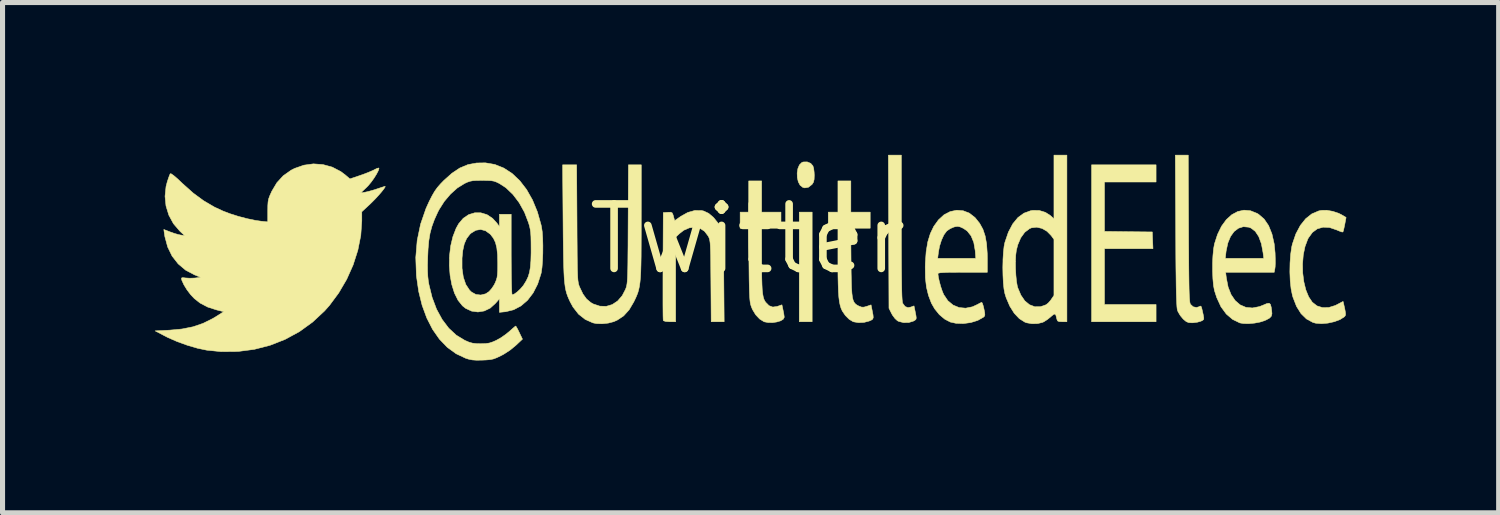
<source format=kicad_pcb>
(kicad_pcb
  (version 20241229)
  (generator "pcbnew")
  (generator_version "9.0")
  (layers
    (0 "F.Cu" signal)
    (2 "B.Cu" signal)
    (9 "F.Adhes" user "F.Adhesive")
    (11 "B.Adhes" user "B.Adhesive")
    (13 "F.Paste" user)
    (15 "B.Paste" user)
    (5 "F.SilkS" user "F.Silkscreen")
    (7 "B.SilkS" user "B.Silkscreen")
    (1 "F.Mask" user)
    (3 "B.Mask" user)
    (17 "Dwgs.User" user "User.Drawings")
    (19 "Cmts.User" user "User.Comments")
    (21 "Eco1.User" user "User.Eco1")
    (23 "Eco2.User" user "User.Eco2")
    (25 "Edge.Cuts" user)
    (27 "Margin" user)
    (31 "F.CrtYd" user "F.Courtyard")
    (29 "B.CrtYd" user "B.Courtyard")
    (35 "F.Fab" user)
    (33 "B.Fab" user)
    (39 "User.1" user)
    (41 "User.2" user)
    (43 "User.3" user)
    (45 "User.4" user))
  (footprint "Twitter"
    (layer "F.Cu")
    (at 11.674 1.656)
    (property "Reference" "Twitter" (at 0 0 0) (layer "F.SilkS") (effects (font (size 1.27 1.27) (thickness 0.15))))
    (attr through_hole)
    (fp_poly (pts (xy 1.27 1.63) (xy 1.016 1.63) (xy 1.016 -0.529) (xy 1.27 -0.529) (xy 1.27 1.63)) (stroke (width 0.01) (type solid)) (fill yes) (layer "F.SilkS"))
    (fp_poly (pts (xy 8.043 -1.122) (xy 7.027 -1.122) (xy 7.027 -0.149) (xy 7.498 -0.143) (xy 7.969 -0.138) (xy 7.975 0.026) (xy 7.982 0.191) (xy 7.027 0.191) (xy 7.027 1.291) (xy 8.043 1.291) (xy 8.043 1.63) (xy 6.773 1.63) (xy 6.773 -1.46) (xy 8.043 -1.46) (xy 8.043 -1.122)) (stroke (width 0.01) (type solid)) (fill yes) (layer "F.SilkS"))
    (fp_poly (pts (xy 1.242 -1.489) (xy 1.285 -1.439) (xy 1.3 -1.389) (xy 1.309 -1.316) (xy 1.312 -1.255) (xy 1.309 -1.174) (xy 1.297 -1.121) (xy 1.272 -1.08) (xy 1.265 -1.072) (xy 1.196 -1.018) (xy 1.124 -1.006) (xy 1.086 -1.016) (xy 1.033 -1.058) (xy 0.997 -1.125) (xy 0.978 -1.209) (xy 0.975 -1.299) (xy 0.989 -1.386) (xy 1.019 -1.458) (xy 1.066 -1.505) (xy 1.092 -1.516) (xy 1.172 -1.518) (xy 1.242 -1.489)) (stroke (width 0.01) (type solid)) (fill yes) (layer "F.SilkS"))
    (fp_poly (pts (xy 3.027 -0.217) (xy 3.027 0.082) (xy 3.028 0.341) (xy 3.029 0.563) (xy 3.031 0.749) (xy 3.033 0.903) (xy 3.035 1.026) (xy 3.038 1.121) (xy 3.042 1.191) (xy 3.047 1.238) (xy 3.052 1.264) (xy 3.054 1.268) (xy 3.1 1.33) (xy 3.156 1.352) (xy 3.214 1.341) (xy 3.276 1.318) (xy 3.3 1.435) (xy 3.315 1.512) (xy 3.32 1.558) (xy 3.313 1.585) (xy 3.291 1.603) (xy 3.261 1.619) (xy 3.171 1.646) (xy 3.07 1.647) (xy 2.977 1.624) (xy 2.95 1.611) (xy 2.901 1.566) (xy 2.852 1.5) (xy 2.834 1.468) (xy 2.783 1.365) (xy 2.777 -0.143) (xy 2.771 -1.651) (xy 3.027 -1.651) (xy 3.027 -0.217)) (stroke (width 0.01) (type solid)) (fill yes) (layer "F.SilkS"))
    (fp_poly (pts (xy 2.032 -0.529) (xy 2.413 -0.529) (xy 2.413 -0.212) (xy 2.03 -0.212) (xy 2.036 0.46) (xy 2.038 0.665) (xy 2.042 0.831) (xy 2.046 0.964) (xy 2.053 1.068) (xy 2.063 1.147) (xy 2.077 1.205) (xy 2.096 1.247) (xy 2.121 1.278) (xy 2.151 1.301) (xy 2.189 1.321) (xy 2.191 1.322) (xy 2.244 1.342) (xy 2.291 1.342) (xy 2.346 1.327) (xy 2.43 1.298) (xy 2.453 1.414) (xy 2.469 1.497) (xy 2.473 1.548) (xy 2.462 1.579) (xy 2.433 1.599) (xy 2.391 1.617) (xy 2.291 1.643) (xy 2.183 1.648) (xy 2.088 1.632) (xy 2.074 1.627) (xy 1.998 1.581) (xy 1.924 1.507) (xy 1.865 1.421) (xy 1.863 1.417) (xy 1.84 1.367) (xy 1.822 1.308) (xy 1.807 1.237) (xy 1.796 1.149) (xy 1.788 1.04) (xy 1.783 0.903) (xy 1.779 0.736) (xy 1.778 0.533) (xy 1.778 0.441) (xy 1.778 -0.212) (xy 1.587 -0.212) (xy 1.587 -0.529) (xy 1.778 -0.529) (xy 1.778 -1.143) (xy 2.032 -1.143) (xy 2.032 -0.529)) (stroke (width 0.01) (type solid)) (fill yes) (layer "F.SilkS"))
    (fp_poly (pts (xy 0.275 -0.529) (xy 0.656 -0.529) (xy 0.656 -0.212) (xy 0.275 -0.212) (xy 0.276 0.407) (xy 0.276 0.608) (xy 0.278 0.771) (xy 0.282 0.901) (xy 0.287 1.003) (xy 0.296 1.082) (xy 0.307 1.142) (xy 0.321 1.188) (xy 0.34 1.225) (xy 0.355 1.247) (xy 0.421 1.314) (xy 0.495 1.341) (xy 0.582 1.329) (xy 0.59 1.326) (xy 0.675 1.297) (xy 0.697 1.401) (xy 0.711 1.47) (xy 0.719 1.526) (xy 0.72 1.544) (xy 0.7 1.581) (xy 0.649 1.612) (xy 0.576 1.634) (xy 0.492 1.647) (xy 0.406 1.646) (xy 0.329 1.632) (xy 0.318 1.627) (xy 0.236 1.576) (xy 0.158 1.493) (xy 0.096 1.391) (xy 0.081 1.356) (xy 0.068 1.322) (xy 0.058 1.288) (xy 0.05 1.248) (xy 0.044 1.197) (xy 0.039 1.131) (xy 0.035 1.045) (xy 0.032 0.934) (xy 0.029 0.792) (xy 0.027 0.616) (xy 0.026 0.513) (xy 0.017 -0.212) (xy -0.148 -0.212) (xy -0.148 -0.529) (xy 0.021 -0.529) (xy 0.021 -1.143) (xy 0.275 -1.143) (xy 0.275 -0.529)) (stroke (width 0.01) (type solid)) (fill yes) (layer "F.SilkS"))
    (fp_poly (pts (xy 8.683 -0.206) (xy 8.684 0.081) (xy 8.686 0.329) (xy 8.687 0.54) (xy 8.689 0.718) (xy 8.691 0.866) (xy 8.693 0.985) (xy 8.696 1.08) (xy 8.7 1.153) (xy 8.704 1.207) (xy 8.708 1.245) (xy 8.714 1.271) (xy 8.72 1.286) (xy 8.721 1.287) (xy 8.774 1.336) (xy 8.839 1.349) (xy 8.888 1.335) (xy 8.909 1.324) (xy 8.923 1.322) (xy 8.935 1.338) (xy 8.946 1.378) (xy 8.962 1.448) (xy 8.973 1.499) (xy 8.983 1.557) (xy 8.978 1.588) (xy 8.951 1.608) (xy 8.921 1.621) (xy 8.853 1.64) (xy 8.773 1.65) (xy 8.751 1.651) (xy 8.686 1.647) (xy 8.638 1.628) (xy 8.588 1.587) (xy 8.572 1.571) (xy 8.519 1.507) (xy 8.477 1.436) (xy 8.465 1.407) (xy 8.459 1.381) (xy 8.454 1.336) (xy 8.45 1.272) (xy 8.446 1.184) (xy 8.442 1.071) (xy 8.439 0.93) (xy 8.437 0.758) (xy 8.434 0.554) (xy 8.432 0.313) (xy 8.431 0.035) (xy 8.43 -0.164) (xy 8.422 -1.651) (xy 8.677 -1.651) (xy 8.683 -0.206)) (stroke (width 0.01) (type solid)) (fill yes) (layer "F.SilkS"))
    (fp_poly (pts (xy -0.909 -0.56) (xy -0.868 -0.551) (xy -0.769 -0.505) (xy -0.674 -0.425) (xy -0.591 -0.322) (xy -0.528 -0.203) (xy -0.527 -0.201) (xy -0.514 -0.169) (xy -0.504 -0.137) (xy -0.496 -0.103) (xy -0.489 -0.061) (xy -0.484 -0.007) (xy -0.48 0.063) (xy -0.477 0.154) (xy -0.475 0.271) (xy -0.473 0.417) (xy -0.471 0.597) (xy -0.47 0.778) (xy -0.463 1.63) (xy -0.718 1.63) (xy -0.724 0.831) (xy -0.726 0.626) (xy -0.727 0.459) (xy -0.729 0.325) (xy -0.732 0.22) (xy -0.735 0.14) (xy -0.739 0.08) (xy -0.745 0.036) (xy -0.752 0.003) (xy -0.761 -0.024) (xy -0.773 -0.048) (xy -0.779 -0.059) (xy -0.849 -0.151) (xy -0.938 -0.209) (xy -1.04 -0.232) (xy -1.149 -0.219) (xy -1.258 -0.172) (xy -1.349 -0.101) (xy -1.418 -0.034) (xy -1.418 1.63) (xy -1.535 1.63) (xy -1.613 1.625) (xy -1.656 1.611) (xy -1.662 1.603) (xy -1.664 1.578) (xy -1.666 1.514) (xy -1.667 1.416) (xy -1.668 1.288) (xy -1.668 1.134) (xy -1.668 0.959) (xy -1.668 0.767) (xy -1.667 0.561) (xy -1.667 0.529) (xy -1.662 -0.519) (xy -1.573 -0.525) (xy -1.516 -0.527) (xy -1.487 -0.514) (xy -1.47 -0.477) (xy -1.461 -0.446) (xy -1.438 -0.36) (xy -1.317 -0.445) (xy -1.179 -0.522) (xy -1.041 -0.561) (xy -0.909 -0.56)) (stroke (width 0.01) (type solid)) (fill yes) (layer "F.SilkS"))
    (fp_poly (pts (xy 11.523 -0.544) (xy 11.64 -0.505) (xy 11.697 -0.476) (xy 11.785 -0.424) (xy 11.759 -0.286) (xy 11.744 -0.214) (xy 11.731 -0.16) (xy 11.722 -0.137) (xy 11.699 -0.139) (xy 11.649 -0.157) (xy 11.597 -0.179) (xy 11.459 -0.226) (xy 11.332 -0.232) (xy 11.219 -0.2) (xy 11.122 -0.129) (xy 11.043 -0.02) (xy 11.03 0.005) (xy 10.976 0.15) (xy 10.942 0.314) (xy 10.928 0.49) (xy 10.931 0.669) (xy 10.953 0.842) (xy 10.992 1.002) (xy 11.048 1.139) (xy 11.119 1.245) (xy 11.12 1.246) (xy 11.212 1.318) (xy 11.321 1.352) (xy 11.443 1.35) (xy 11.572 1.31) (xy 11.608 1.292) (xy 11.726 1.23) (xy 11.737 1.276) (xy 11.759 1.375) (xy 11.771 1.441) (xy 11.775 1.483) (xy 11.77 1.508) (xy 11.757 1.526) (xy 11.75 1.533) (xy 11.666 1.587) (xy 11.554 1.629) (xy 11.428 1.657) (xy 11.301 1.668) (xy 11.187 1.659) (xy 11.132 1.644) (xy 11.005 1.575) (xy 10.898 1.47) (xy 10.809 1.328) (xy 10.739 1.148) (xy 10.728 1.111) (xy 10.702 0.983) (xy 10.685 0.826) (xy 10.678 0.652) (xy 10.681 0.475) (xy 10.693 0.306) (xy 10.714 0.159) (xy 10.728 0.099) (xy 10.796 -0.1) (xy 10.884 -0.266) (xy 10.989 -0.398) (xy 11.11 -0.494) (xy 11.246 -0.552) (xy 11.299 -0.563) (xy 11.404 -0.565) (xy 11.523 -0.544)) (stroke (width 0.01) (type solid)) (fill yes) (layer "F.SilkS"))
    (fp_poly (pts (xy 6.287 1.63) (xy 6.193 1.63) (xy 6.134 1.627) (xy 6.104 1.614) (xy 6.09 1.582) (xy 6.085 1.561) (xy 6.07 1.502) (xy 6.052 1.478) (xy 6.022 1.488) (xy 5.972 1.529) (xy 5.965 1.536) (xy 5.901 1.587) (xy 5.836 1.629) (xy 5.809 1.642) (xy 5.712 1.666) (xy 5.6 1.669) (xy 5.495 1.651) (xy 5.461 1.639) (xy 5.35 1.569) (xy 5.249 1.462) (xy 5.162 1.323) (xy 5.091 1.157) (xy 5.066 1.078) (xy 5.048 0.985) (xy 5.035 0.86) (xy 5.028 0.715) (xy 5.025 0.56) (xy 5.028 0.443) (xy 5.274 0.443) (xy 5.275 0.578) (xy 5.282 0.712) (xy 5.294 0.835) (xy 5.311 0.933) (xy 5.32 0.963) (xy 5.381 1.107) (xy 5.458 1.219) (xy 5.55 1.295) (xy 5.652 1.334) (xy 5.762 1.335) (xy 5.876 1.296) (xy 5.879 1.294) (xy 5.92 1.261) (xy 5.966 1.209) (xy 5.979 1.19) (xy 6.032 1.112) (xy 6.032 0.008) (xy 5.979 -0.065) (xy 5.895 -0.151) (xy 5.796 -0.208) (xy 5.692 -0.232) (xy 5.591 -0.22) (xy 5.55 -0.203) (xy 5.456 -0.131) (xy 5.378 -0.023) (xy 5.319 0.116) (xy 5.291 0.226) (xy 5.279 0.322) (xy 5.274 0.443) (xy 5.028 0.443) (xy 5.028 0.406) (xy 5.037 0.264) (xy 5.05 0.144) (xy 5.066 0.067) (xy 5.135 -0.135) (xy 5.221 -0.298) (xy 5.323 -0.422) (xy 5.441 -0.508) (xy 5.576 -0.557) (xy 5.615 -0.563) (xy 5.743 -0.561) (xy 5.865 -0.523) (xy 5.959 -0.463) (xy 6.032 -0.398) (xy 6.032 -1.651) (xy 6.287 -1.651) (xy 6.287 1.63)) (stroke (width 0.01) (type solid)) (fill yes) (layer "F.SilkS"))
    (fp_poly (pts (xy 9.902 -0.556) (xy 10.032 -0.504) (xy 10.062 -0.486) (xy 10.171 -0.392) (xy 10.259 -0.263) (xy 10.325 -0.099) (xy 10.369 0.096) (xy 10.387 0.277) (xy 10.39 0.379) (xy 10.391 0.474) (xy 10.388 0.548) (xy 10.384 0.579) (xy 10.37 0.656) (xy 9.413 0.656) (xy 9.427 0.769) (xy 9.462 0.948) (xy 9.521 1.097) (xy 9.601 1.214) (xy 9.699 1.298) (xy 9.813 1.347) (xy 9.941 1.359) (xy 10.079 1.332) (xy 10.15 1.304) (xy 10.223 1.273) (xy 10.269 1.266) (xy 10.295 1.287) (xy 10.31 1.342) (xy 10.319 1.402) (xy 10.325 1.471) (xy 10.314 1.519) (xy 10.28 1.556) (xy 10.216 1.592) (xy 10.175 1.61) (xy 10.089 1.637) (xy 9.983 1.657) (xy 9.872 1.667) (xy 9.771 1.666) (xy 9.695 1.654) (xy 9.694 1.654) (xy 9.55 1.584) (xy 9.426 1.478) (xy 9.321 1.335) (xy 9.238 1.155) (xy 9.193 1.016) (xy 9.174 0.915) (xy 9.162 0.783) (xy 9.156 0.633) (xy 9.156 0.477) (xy 9.16 0.381) (xy 9.406 0.381) (xy 10.164 0.381) (xy 10.15 0.27) (xy 10.117 0.093) (xy 10.065 -0.047) (xy 9.997 -0.15) (xy 9.912 -0.215) (xy 9.868 -0.232) (xy 9.762 -0.242) (xy 9.666 -0.212) (xy 9.58 -0.147) (xy 9.51 -0.05) (xy 9.457 0.078) (xy 9.424 0.231) (xy 9.422 0.243) (xy 9.406 0.381) (xy 9.16 0.381) (xy 9.163 0.327) (xy 9.176 0.193) (xy 9.193 0.097) (xy 9.254 -0.091) (xy 9.332 -0.251) (xy 9.426 -0.38) (xy 9.533 -0.477) (xy 9.65 -0.54) (xy 9.774 -0.567) (xy 9.902 -0.556)) (stroke (width 0.01) (type solid)) (fill yes) (layer "F.SilkS"))
    (fp_poly (pts (xy -3.361 -0.312) (xy -3.36 -0.062) (xy -3.358 0.149) (xy -3.357 0.325) (xy -3.355 0.469) (xy -3.353 0.586) (xy -3.35 0.679) (xy -3.347 0.752) (xy -3.343 0.808) (xy -3.337 0.85) (xy -3.331 0.884) (xy -3.323 0.911) (xy -3.314 0.937) (xy -3.308 0.95) (xy -3.244 1.084) (xy -3.173 1.182) (xy -3.088 1.253) (xy -3.041 1.28) (xy -2.912 1.323) (xy -2.786 1.327) (xy -2.667 1.292) (xy -2.56 1.221) (xy -2.47 1.116) (xy -2.409 0.999) (xy -2.398 0.972) (xy -2.389 0.946) (xy -2.382 0.917) (xy -2.376 0.881) (xy -2.371 0.835) (xy -2.367 0.774) (xy -2.364 0.696) (xy -2.361 0.597) (xy -2.359 0.473) (xy -2.358 0.32) (xy -2.356 0.136) (xy -2.355 -0.085) (xy -2.354 -0.291) (xy -2.348 -1.46) (xy -2.095 -1.46) (xy -2.096 -0.344) (xy -2.096 -0.078) (xy -2.097 0.15) (xy -2.098 0.343) (xy -2.101 0.506) (xy -2.105 0.642) (xy -2.111 0.755) (xy -2.12 0.849) (xy -2.131 0.928) (xy -2.145 0.995) (xy -2.162 1.056) (xy -2.184 1.113) (xy -2.209 1.17) (xy -2.239 1.232) (xy -2.244 1.242) (xy -2.335 1.396) (xy -2.442 1.514) (xy -2.568 1.598) (xy -2.638 1.629) (xy -2.746 1.657) (xy -2.866 1.67) (xy -2.981 1.666) (xy -3.048 1.652) (xy -3.2 1.584) (xy -3.331 1.48) (xy -3.44 1.34) (xy -3.495 1.239) (xy -3.522 1.181) (xy -3.545 1.126) (xy -3.564 1.072) (xy -3.58 1.013) (xy -3.593 0.947) (xy -3.603 0.869) (xy -3.612 0.776) (xy -3.618 0.663) (xy -3.623 0.528) (xy -3.627 0.365) (xy -3.63 0.172) (xy -3.633 -0.056) (xy -3.635 -0.323) (xy -3.635 -0.323) (xy -3.644 -1.46) (xy -3.368 -1.46) (xy -3.361 -0.312)) (stroke (width 0.01) (type solid)) (fill yes) (layer "F.SilkS"))
    (fp_poly (pts (xy 4.243 -0.556) (xy 4.365 -0.509) (xy 4.473 -0.425) (xy 4.484 -0.414) (xy 4.569 -0.307) (xy 4.633 -0.191) (xy 4.677 -0.059) (xy 4.705 0.096) (xy 4.718 0.282) (xy 4.72 0.386) (xy 4.72 0.656) (xy 4.233 0.656) (xy 4.07 0.657) (xy 3.945 0.658) (xy 3.854 0.662) (xy 3.793 0.666) (xy 3.759 0.673) (xy 3.747 0.681) (xy 3.747 0.683) (xy 3.755 0.749) (xy 3.775 0.839) (xy 3.802 0.938) (xy 3.833 1.03) (xy 3.861 1.096) (xy 3.942 1.216) (xy 4.045 1.302) (xy 4.164 1.351) (xy 4.293 1.363) (xy 4.427 1.336) (xy 4.526 1.29) (xy 4.575 1.263) (xy 4.608 1.249) (xy 4.611 1.249) (xy 4.623 1.268) (xy 4.639 1.317) (xy 4.654 1.38) (xy 4.668 1.453) (xy 4.671 1.496) (xy 4.663 1.522) (xy 4.643 1.541) (xy 4.531 1.604) (xy 4.395 1.646) (xy 4.248 1.666) (xy 4.103 1.661) (xy 3.99 1.636) (xy 3.881 1.579) (xy 3.775 1.49) (xy 3.683 1.376) (xy 3.619 1.265) (xy 3.561 1.112) (xy 3.521 0.948) (xy 3.5 0.764) (xy 3.497 0.551) (xy 3.499 0.478) (xy 3.506 0.381) (xy 3.742 0.381) (xy 4.493 0.381) (xy 4.481 0.229) (xy 4.453 0.068) (xy 4.4 -0.061) (xy 4.323 -0.158) (xy 4.248 -0.209) (xy 4.184 -0.238) (xy 4.137 -0.248) (xy 4.089 -0.242) (xy 4.059 -0.234) (xy 3.988 -0.203) (xy 3.925 -0.16) (xy 3.916 -0.151) (xy 3.864 -0.08) (xy 3.817 0.022) (xy 3.779 0.142) (xy 3.757 0.26) (xy 3.742 0.381) (xy 3.506 0.381) (xy 3.515 0.252) (xy 3.547 0.059) (xy 3.597 -0.105) (xy 3.665 -0.247) (xy 3.755 -0.372) (xy 3.759 -0.377) (xy 3.867 -0.476) (xy 3.988 -0.539) (xy 4.116 -0.566) (xy 4.243 -0.556)) (stroke (width 0.01) (type solid)) (fill yes) (layer "F.SilkS"))
    (fp_poly (pts (xy -8.363 -1.465) (xy -8.181 -1.415) (xy -8.012 -1.327) (xy -7.922 -1.259) (xy -7.833 -1.183) (xy -7.637 -1.249) (xy -7.539 -1.284) (xy -7.446 -1.321) (xy -7.372 -1.353) (xy -7.35 -1.365) (xy -7.299 -1.39) (xy -7.266 -1.398) (xy -7.26 -1.393) (xy -7.273 -1.347) (xy -7.308 -1.279) (xy -7.357 -1.2) (xy -7.415 -1.119) (xy -7.475 -1.047) (xy -7.507 -1.015) (xy -7.622 -0.906) (xy -7.533 -0.921) (xy -7.466 -0.936) (xy -7.38 -0.96) (xy -7.295 -0.987) (xy -7.223 -1.011) (xy -7.167 -1.029) (xy -7.14 -1.037) (xy -7.139 -1.037) (xy -7.14 -1.023) (xy -7.165 -0.985) (xy -7.208 -0.93) (xy -7.265 -0.864) (xy -7.329 -0.794) (xy -7.395 -0.727) (xy -7.435 -0.688) (xy -7.599 -0.536) (xy -7.599 -0.355) (xy -7.619 -0.069) (xy -7.677 0.222) (xy -7.77 0.512) (xy -7.896 0.794) (xy -8.053 1.062) (xy -8.236 1.309) (xy -8.332 1.417) (xy -8.568 1.637) (xy -8.828 1.825) (xy -9.108 1.977) (xy -9.406 2.094) (xy -9.717 2.174) (xy -10.039 2.216) (xy -10.368 2.219) (xy -10.652 2.19) (xy -10.834 2.152) (xy -11.033 2.094) (xy -11.235 2.021) (xy -11.422 1.939) (xy -11.48 1.909) (xy -11.669 1.81) (xy -11.386 1.796) (xy -11.14 1.773) (xy -10.924 1.73) (xy -10.725 1.662) (xy -10.534 1.567) (xy -10.443 1.512) (xy -10.319 1.432) (xy -10.456 1.398) (xy -10.634 1.341) (xy -10.784 1.262) (xy -10.895 1.175) (xy -10.969 1.097) (xy -11.042 1.001) (xy -11.102 0.903) (xy -11.142 0.816) (xy -11.145 0.807) (xy -11.151 0.775) (xy -11.14 0.763) (xy -11.102 0.764) (xy -11.069 0.768) (xy -10.988 0.773) (xy -10.899 0.77) (xy -10.875 0.768) (xy -10.773 0.756) (xy -10.89 0.708) (xy -11.067 0.615) (xy -11.215 0.49) (xy -11.335 0.337) (xy -11.422 0.158) (xy -11.477 -0.045) (xy -11.484 -0.088) (xy -11.498 -0.187) (xy -11.374 -0.139) (xy -11.292 -0.11) (xy -11.213 -0.087) (xy -11.169 -0.078) (xy -11.088 -0.066) (xy -11.182 -0.154) (xy -11.308 -0.301) (xy -11.399 -0.469) (xy -11.455 -0.651) (xy -11.474 -0.841) (xy -11.454 -1.034) (xy -11.43 -1.125) (xy -11.406 -1.198) (xy -11.385 -1.256) (xy -11.371 -1.285) (xy -11.35 -1.282) (xy -11.302 -1.248) (xy -11.226 -1.183) (xy -11.124 -1.086) (xy -11.121 -1.084) (xy -10.917 -0.902) (xy -10.714 -0.753) (xy -10.501 -0.628) (xy -10.335 -0.551) (xy -10.194 -0.497) (xy -10.03 -0.445) (xy -9.858 -0.4) (xy -9.696 -0.366) (xy -9.578 -0.349) (xy -9.451 -0.336) (xy -9.451 -0.554) (xy -9.45 -0.656) (xy -9.445 -0.729) (xy -9.434 -0.788) (xy -9.413 -0.847) (xy -9.38 -0.92) (xy -9.373 -0.937) (xy -9.272 -1.107) (xy -9.147 -1.244) (xy -8.993 -1.353) (xy -8.923 -1.389) (xy -8.741 -1.453) (xy -8.552 -1.479) (xy -8.363 -1.465)) (stroke (width 0.01) (type solid)) (fill yes) (layer "F.SilkS"))
    (fp_poly (pts (xy -4.979 -1.467) (xy -4.802 -1.396) (xy -4.638 -1.289) (xy -4.487 -1.146) (xy -4.353 -0.972) (xy -4.237 -0.767) (xy -4.141 -0.534) (xy -4.068 -0.276) (xy -4.061 -0.243) (xy -4.046 -0.146) (xy -4.037 -0.019) (xy -4.033 0.127) (xy -4.034 0.28) (xy -4.04 0.428) (xy -4.05 0.56) (xy -4.065 0.664) (xy -4.071 0.688) (xy -4.136 0.889) (xy -4.225 1.063) (xy -4.335 1.207) (xy -4.464 1.318) (xy -4.608 1.394) (xy -4.766 1.433) (xy -4.771 1.433) (xy -4.889 1.445) (xy -4.889 1.178) (xy -4.968 1.269) (xy -5.071 1.362) (xy -5.188 1.418) (xy -5.312 1.438) (xy -5.436 1.421) (xy -5.553 1.367) (xy -5.616 1.317) (xy -5.704 1.207) (xy -5.774 1.066) (xy -5.826 0.9) (xy -5.86 0.717) (xy -5.871 0.577) (xy -5.625 0.577) (xy -5.6 0.752) (xy -5.551 0.896) (xy -5.478 1.007) (xy -5.439 1.045) (xy -5.352 1.093) (xy -5.255 1.104) (xy -5.159 1.08) (xy -5.094 1.037) (xy -5.043 0.98) (xy -4.993 0.905) (xy -4.972 0.863) (xy -4.951 0.811) (xy -4.936 0.761) (xy -4.928 0.702) (xy -4.923 0.623) (xy -4.922 0.516) (xy -4.922 0.476) (xy -4.926 0.309) (xy -4.94 0.176) (xy -4.966 0.071) (xy -5.006 -0.013) (xy -5.061 -0.085) (xy -5.07 -0.095) (xy -5.162 -0.162) (xy -5.258 -0.187) (xy -5.354 -0.171) (xy -5.447 -0.114) (xy -5.471 -0.092) (xy -5.535 -0.008) (xy -5.581 0.097) (xy -5.61 0.228) (xy -5.625 0.375) (xy -5.625 0.577) (xy -5.871 0.577) (xy -5.875 0.524) (xy -5.871 0.328) (xy -5.848 0.136) (xy -5.805 -0.045) (xy -5.742 -0.208) (xy -5.692 -0.299) (xy -5.601 -0.407) (xy -5.494 -0.479) (xy -5.376 -0.515) (xy -5.254 -0.515) (xy -5.134 -0.479) (xy -5.024 -0.406) (xy -4.943 -0.318) (xy -4.889 -0.246) (xy -4.889 -0.487) (xy -4.657 -0.487) (xy -4.657 0.307) (xy -4.656 0.486) (xy -4.655 0.65) (xy -4.653 0.796) (xy -4.65 0.919) (xy -4.647 1.013) (xy -4.643 1.075) (xy -4.639 1.1) (xy -4.639 1.101) (xy -4.596 1.085) (xy -4.539 1.044) (xy -4.478 0.987) (xy -4.422 0.922) (xy -4.408 0.902) (xy -4.359 0.822) (xy -4.322 0.743) (xy -4.296 0.656) (xy -4.279 0.555) (xy -4.269 0.43) (xy -4.265 0.274) (xy -4.265 0.201) (xy -4.266 0.063) (xy -4.268 -0.042) (xy -4.273 -0.123) (xy -4.282 -0.189) (xy -4.295 -0.25) (xy -4.314 -0.314) (xy -4.315 -0.318) (xy -4.395 -0.526) (xy -4.5 -0.715) (xy -4.623 -0.877) (xy -4.761 -1.009) (xy -4.889 -1.092) (xy -4.946 -1.12) (xy -4.996 -1.138) (xy -5.052 -1.148) (xy -5.126 -1.152) (xy -5.228 -1.153) (xy -5.332 -1.152) (xy -5.407 -1.148) (xy -5.465 -1.137) (xy -5.519 -1.119) (xy -5.577 -1.092) (xy -5.717 -1.005) (xy -5.852 -0.884) (xy -5.976 -0.738) (xy -6.079 -0.575) (xy -6.104 -0.526) (xy -6.17 -0.38) (xy -6.219 -0.246) (xy -6.255 -0.112) (xy -6.279 0.033) (xy -6.294 0.199) (xy -6.301 0.36) (xy -6.305 0.513) (xy -6.304 0.635) (xy -6.299 0.737) (xy -6.289 0.828) (xy -6.277 0.897) (xy -6.214 1.152) (xy -6.127 1.383) (xy -6.017 1.585) (xy -5.887 1.757) (xy -5.738 1.895) (xy -5.572 1.996) (xy -5.572 1.996) (xy -5.489 2.032) (xy -5.419 2.052) (xy -5.342 2.061) (xy -5.26 2.063) (xy -5.163 2.06) (xy -5.089 2.05) (xy -5.019 2.027) (xy -4.953 1.998) (xy -4.863 1.948) (xy -4.768 1.882) (xy -4.696 1.824) (xy -4.638 1.772) (xy -4.593 1.733) (xy -4.569 1.715) (xy -4.568 1.714) (xy -4.555 1.732) (xy -4.529 1.778) (xy -4.497 1.843) (xy -4.497 1.844) (xy -4.435 1.973) (xy -4.566 2.096) (xy -4.677 2.187) (xy -4.804 2.27) (xy -4.859 2.299) (xy -4.941 2.338) (xy -5.007 2.363) (xy -5.072 2.376) (xy -5.152 2.383) (xy -5.226 2.386) (xy -5.338 2.388) (xy -5.423 2.382) (xy -5.496 2.367) (xy -5.553 2.349) (xy -5.742 2.26) (xy -5.915 2.134) (xy -6.07 1.973) (xy -6.205 1.78) (xy -6.319 1.557) (xy -6.411 1.307) (xy -6.479 1.032) (xy -6.522 0.734) (xy -6.524 0.713) (xy -6.536 0.365) (xy -6.508 0.029) (xy -6.441 -0.293) (xy -6.335 -0.6) (xy -6.271 -0.741) (xy -6.213 -0.854) (xy -6.163 -0.94) (xy -6.11 -1.014) (xy -6.047 -1.086) (xy -5.981 -1.154) (xy -5.823 -1.295) (xy -5.668 -1.398) (xy -5.509 -1.464) (xy -5.34 -1.496) (xy -5.165 -1.499) (xy -4.979 -1.467)) (stroke (width 0.01) (type solid)) (fill yes) (layer "F.SilkS")))
  (gr_rect
    (start -3 -3)
    (end 26.464 7.049)
    (stroke (width 0.1) (type default))
    (fill no)
    (layer "Edge.Cuts")))
</source>
